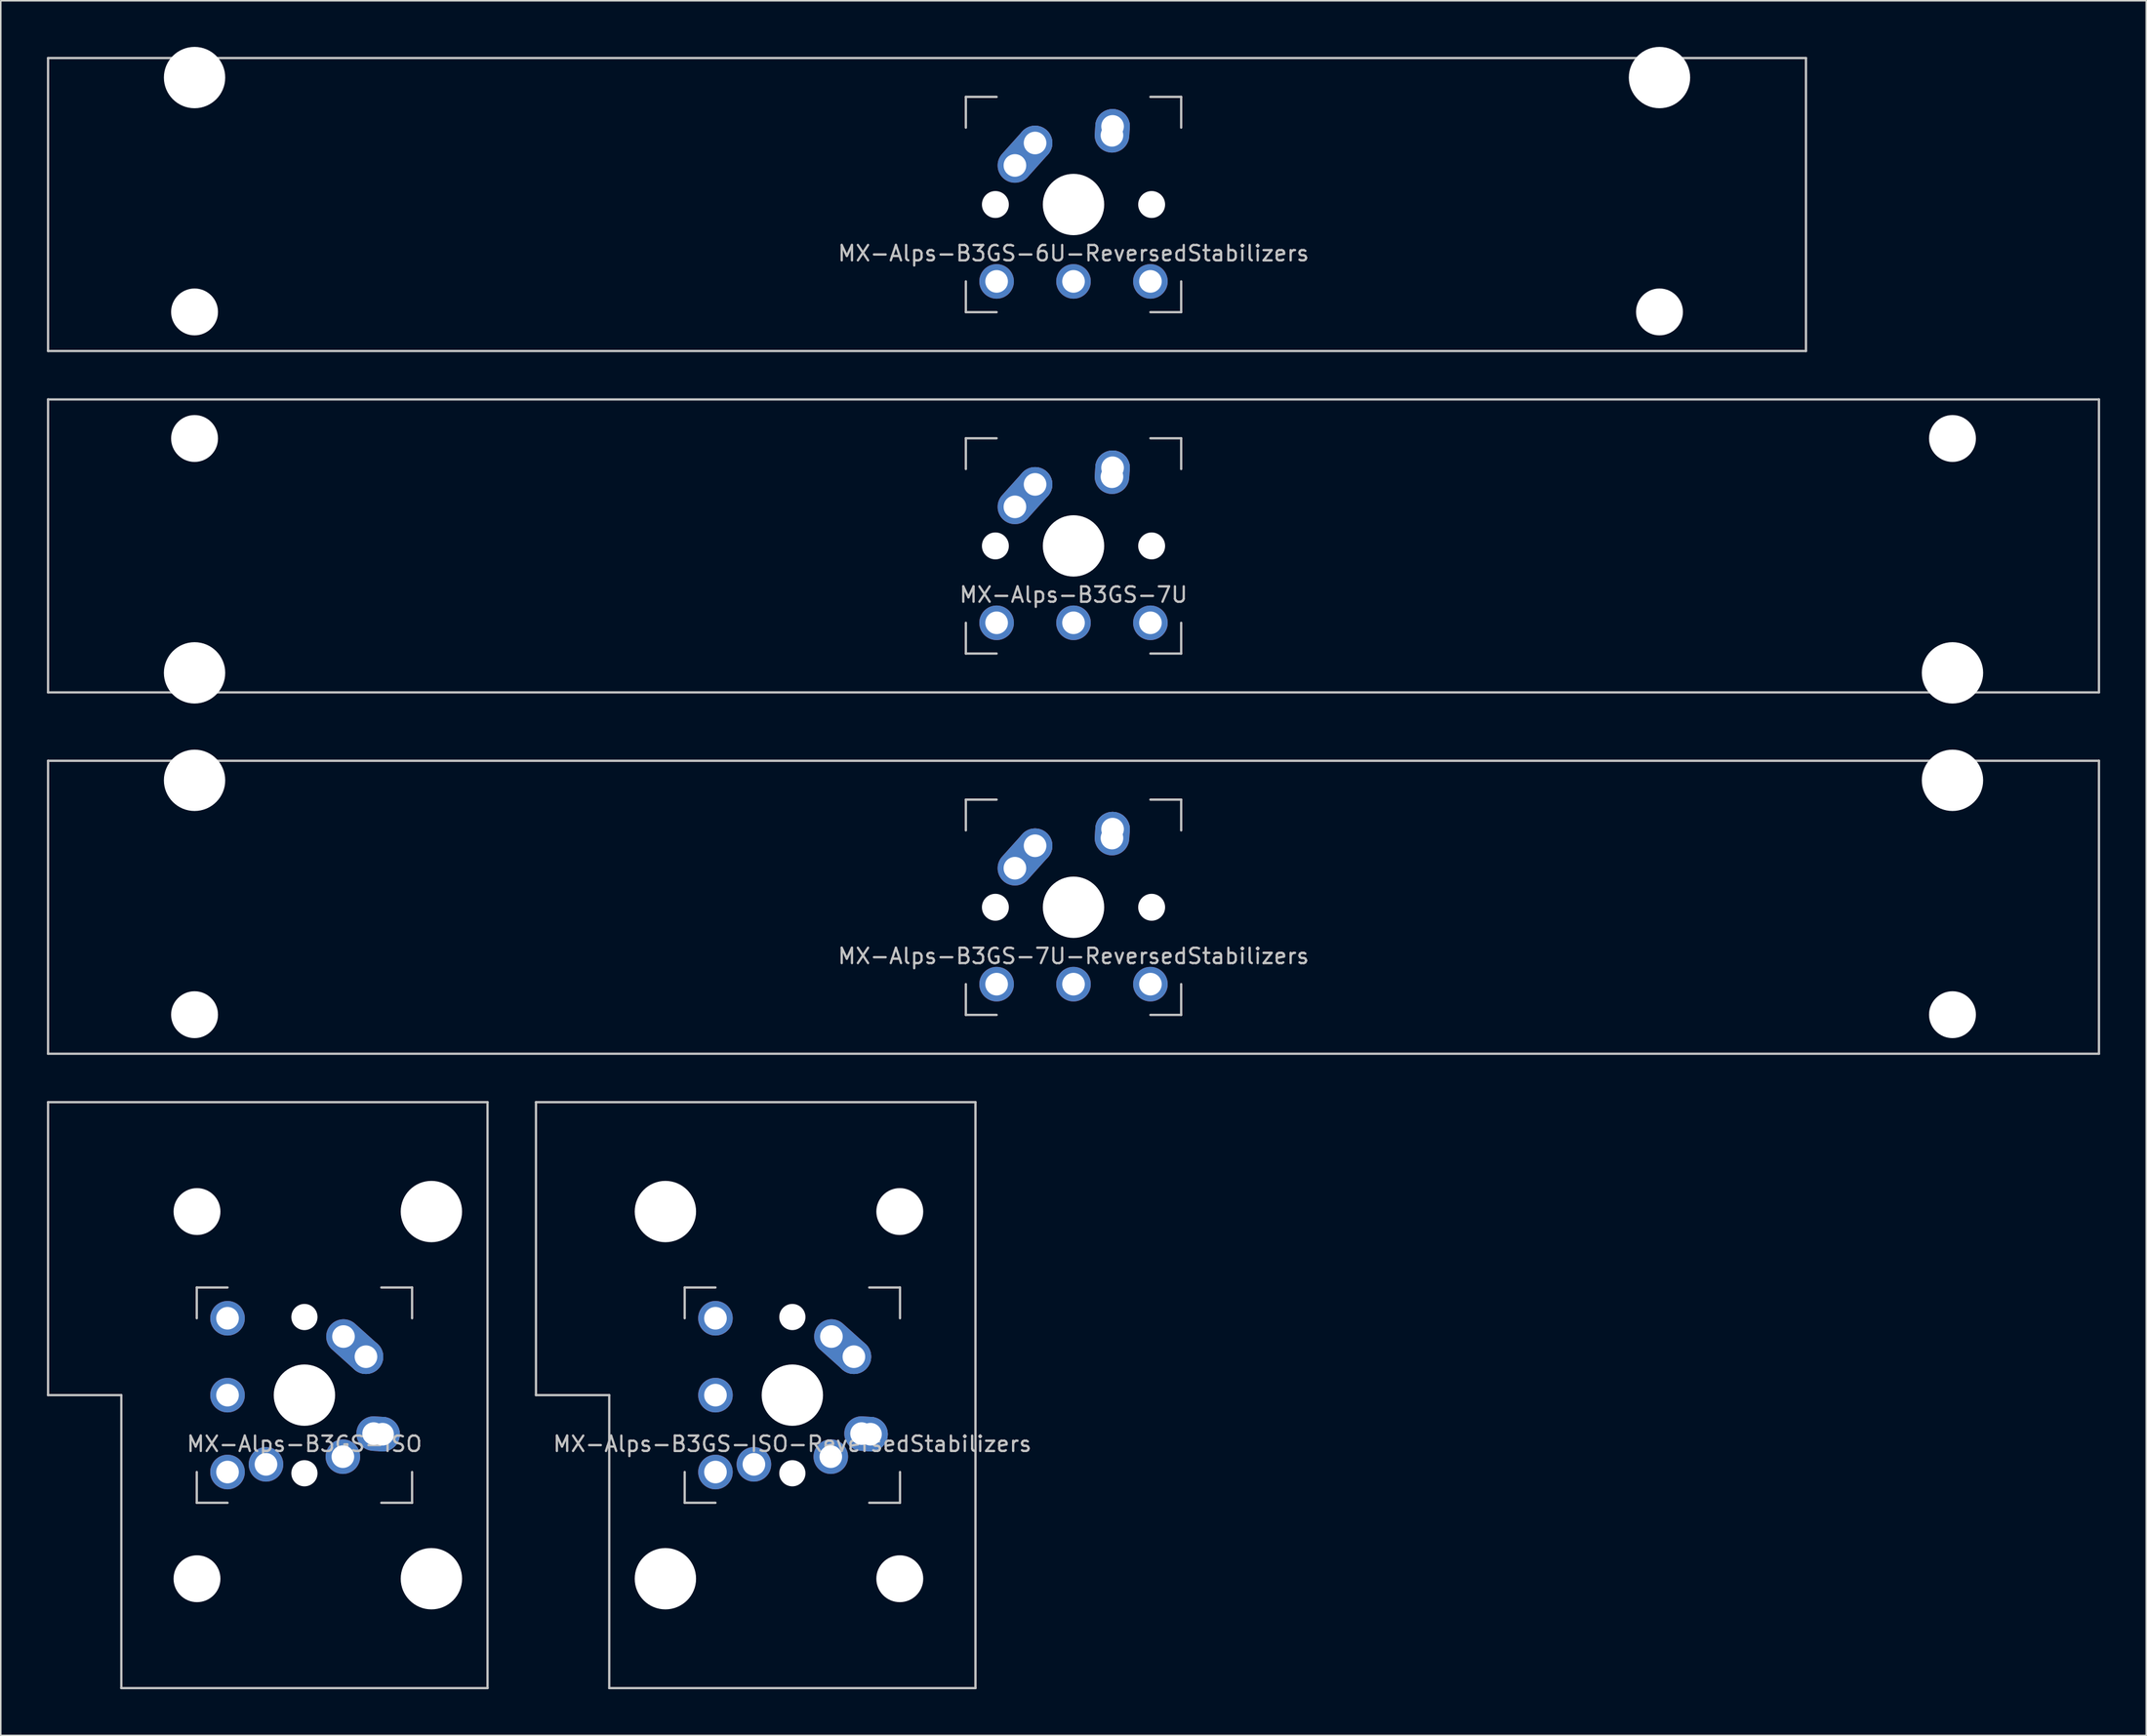
<source format=kicad_pcb>
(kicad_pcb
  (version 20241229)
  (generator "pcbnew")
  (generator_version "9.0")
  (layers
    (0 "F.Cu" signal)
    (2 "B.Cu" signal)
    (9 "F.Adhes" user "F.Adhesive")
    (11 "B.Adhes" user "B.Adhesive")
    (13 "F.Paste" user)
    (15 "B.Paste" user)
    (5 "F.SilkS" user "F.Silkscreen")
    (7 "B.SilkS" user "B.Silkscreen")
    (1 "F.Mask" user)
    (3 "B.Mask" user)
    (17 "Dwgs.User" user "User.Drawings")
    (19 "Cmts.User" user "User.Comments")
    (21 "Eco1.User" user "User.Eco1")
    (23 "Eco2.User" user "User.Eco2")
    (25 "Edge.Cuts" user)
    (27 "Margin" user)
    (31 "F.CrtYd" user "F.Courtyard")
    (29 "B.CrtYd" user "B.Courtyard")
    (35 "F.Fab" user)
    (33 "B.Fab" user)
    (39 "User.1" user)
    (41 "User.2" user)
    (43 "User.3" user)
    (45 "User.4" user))
  (footprint "MX-Alps-B3GS-7U-ReversedStabilizers"
    (layer "F.Cu")
    (at 66.75 55.947)
    (property "Reference" "MX-Alps-B3GS-7U-ReversedStabilizers" (at 0 3.175 0) (layer "Dwgs.User") (effects (font (size 1 1) (thickness 0.15))))
    (attr through_hole)
    (fp_line (start -66.675 -9.525) (end 66.675 -9.525) (stroke (width 0.15) (type solid)) (layer "Dwgs.User"))
    (fp_line (start -66.675 9.525) (end -66.675 -9.525) (stroke (width 0.15) (type solid)) (layer "Dwgs.User"))
    (fp_line (start -66.675 9.525) (end 66.675 9.525) (stroke (width 0.15) (type solid)) (layer "Dwgs.User"))
    (fp_line (start -7 -7) (end -7 -5) (stroke (width 0.15) (type solid)) (layer "Dwgs.User"))
    (fp_line (start -7 5) (end -7 7) (stroke (width 0.15) (type solid)) (layer "Dwgs.User"))
    (fp_line (start -7 7) (end -5 7) (stroke (width 0.15) (type solid)) (layer "Dwgs.User"))
    (fp_line (start -5 -7) (end -7 -7) (stroke (width 0.15) (type solid)) (layer "Dwgs.User"))
    (fp_line (start 5 -7) (end 7 -7) (stroke (width 0.15) (type solid)) (layer "Dwgs.User"))
    (fp_line (start 5 7) (end 7 7) (stroke (width 0.15) (type solid)) (layer "Dwgs.User"))
    (fp_line (start 7 -7) (end 7 -5) (stroke (width 0.15) (type solid)) (layer "Dwgs.User"))
    (fp_line (start 7 7) (end 7 5) (stroke (width 0.15) (type solid)) (layer "Dwgs.User"))
    (fp_line (start 66.675 -9.525) (end 66.675 9.525) (stroke (width 0.15) (type solid)) (layer "Dwgs.User"))
    (pad "" np_thru_hole circle (at -57.15 -8.255) (size 3.988 3.988) (drill 3.988) (layers "*.Cu" "*.Mask"))
    (pad "" np_thru_hole circle (at -57.15 6.985) (size 3.048 3.048) (drill 3.048) (layers "*.Cu" "*.Mask"))
    (pad "" np_thru_hole circle (at -5.08 0 48.1) (size 1.75 1.75) (drill 1.75) (layers "*.Cu" "*.Mask"))
    (pad "" np_thru_hole circle (at 0 0) (size 3.988 3.988) (drill 3.988) (layers "*.Cu" "*.Mask"))
    (pad "" np_thru_hole circle (at 5.08 0 48.1) (size 1.75 1.75) (drill 1.75) (layers "*.Cu" "*.Mask"))
    (pad "" np_thru_hole circle (at 57.15 -8.255) (size 3.988 3.988) (drill 3.988) (layers "*.Cu" "*.Mask"))
    (pad "" np_thru_hole circle (at 57.15 6.985) (size 3.048 3.048) (drill 3.048) (layers "*.Cu" "*.Mask"))
    (pad "1" thru_hole circle (at -5 5) (size 2.25 2.25) (drill 1.47) (layers "*.Cu" "B.Mask"))
    (pad "1" thru_hole oval (at -3.81 -2.54 48.1) (size 4.212 2.25) (drill 1.47 (offset 0.981 0)) (layers "*.Cu" "B.Mask"))
    (pad "1" thru_hole circle (at -2.5 -4) (size 2.25 2.25) (drill 1.47) (layers "*.Cu" "B.Mask"))
    (pad "1" thru_hole circle (at 5 5 180) (size 2.25 2.25) (drill 1.47) (layers "*.Cu" "B.Mask"))
    (pad "2" thru_hole circle (at 0 5 180) (size 2.25 2.25) (drill 1.47) (layers "*.Cu" "B.Mask"))
    (pad "2" thru_hole oval (at 2.5 -4.5 86.055) (size 2.831 2.25) (drill 1.47 (offset 0.291 0)) (layers "*.Cu" "B.Mask"))
    (pad "2" thru_hole circle (at 2.54 -5.08) (size 2.25 2.25) (drill 1.47) (layers "*.Cu" "B.Mask")))
  (footprint "MX-Alps-B3GS-ISO-ReversedStabilizers"
    (layer "F.Cu")
    (at 48.469 87.672)
    (property "Reference" "MX-Alps-B3GS-ISO-ReversedStabilizers" (at 0 3.175 0) (layer "Dwgs.User") (effects (font (size 1 1) (thickness 0.15))))
    (attr through_hole)
    (fp_line (start -16.669 -19.05) (end -16.669 0) (stroke (width 0.15) (type solid)) (layer "Dwgs.User"))
    (fp_line (start -16.669 -19.05) (end 11.906 -19.05) (stroke (width 0.15) (type solid)) (layer "Dwgs.User"))
    (fp_line (start -11.906 0) (end -16.669 0) (stroke (width 0.15) (type solid)) (layer "Dwgs.User"))
    (fp_line (start -11.906 19.05) (end -11.906 0) (stroke (width 0.15) (type solid)) (layer "Dwgs.User"))
    (fp_line (start -11.906 19.05) (end 11.906 19.05) (stroke (width 0.15) (type solid)) (layer "Dwgs.User"))
    (fp_line (start -7 -7) (end -7 -5) (stroke (width 0.15) (type solid)) (layer "Dwgs.User"))
    (fp_line (start -7 5) (end -7 7) (stroke (width 0.15) (type solid)) (layer "Dwgs.User"))
    (fp_line (start -7 7) (end -5 7) (stroke (width 0.15) (type solid)) (layer "Dwgs.User"))
    (fp_line (start -5 -7) (end -7 -7) (stroke (width 0.15) (type solid)) (layer "Dwgs.User"))
    (fp_line (start 5 -7) (end 7 -7) (stroke (width 0.15) (type solid)) (layer "Dwgs.User"))
    (fp_line (start 5 7) (end 7 7) (stroke (width 0.15) (type solid)) (layer "Dwgs.User"))
    (fp_line (start 7 -7) (end 7 -5) (stroke (width 0.15) (type solid)) (layer "Dwgs.User"))
    (fp_line (start 7 7) (end 7 5) (stroke (width 0.15) (type solid)) (layer "Dwgs.User"))
    (fp_line (start 11.906 -19.05) (end 11.906 19.05) (stroke (width 0.15) (type solid)) (layer "Dwgs.User"))
    (pad "" np_thru_hole circle (at -8.255 -11.938) (size 3.988 3.988) (drill 3.988) (layers "*.Cu" "*.Mask"))
    (pad "" np_thru_hole circle (at -8.255 11.938) (size 3.988 3.988) (drill 3.988) (layers "*.Cu" "*.Mask"))
    (pad "" np_thru_hole circle (at 0 -5.08 48.1) (size 1.702 1.702) (drill 1.702) (layers "*.Cu" "*.Mask"))
    (pad "" np_thru_hole circle (at 0 0) (size 3.988 3.988) (drill 3.988) (layers "*.Cu" "*.Mask"))
    (pad "" np_thru_hole circle (at 0 5.08 48.1) (size 1.702 1.702) (drill 1.702) (layers "*.Cu" "*.Mask"))
    (pad "" np_thru_hole circle (at 6.985 -11.938) (size 3.048 3.048) (drill 3.048) (layers "*.Cu" "*.Mask"))
    (pad "" np_thru_hole circle (at 6.985 11.938) (size 3.048 3.048) (drill 3.048) (layers "*.Cu" "*.Mask"))
    (pad "1" thru_hole circle (at -5 -5 270) (size 2.25 2.25) (drill 1.47) (layers "*.Cu" "B.Mask"))
    (pad "1" thru_hole circle (at -5 5 90) (size 2.25 2.25) (drill 1.47) (layers "*.Cu" "B.Mask"))
    (pad "1" thru_hole circle (at 2.5 4) (size 2.25 2.25) (drill 1.47) (layers "*.Cu" "B.Mask"))
    (pad "1" thru_hole oval (at 4.5 2.5 356.055) (size 2.831 2.25) (drill 1.47 (offset 0.291 0)) (layers "*.Cu" "B.Mask"))
    (pad "1" thru_hole circle (at 5.08 2.54) (size 2.25 2.25) (drill 1.47) (layers "*.Cu" "B.Mask"))
    (pad "2" thru_hole circle (at -5 0 90) (size 2.25 2.25) (drill 1.47) (layers "*.Cu" "B.Mask"))
    (pad "2" thru_hole circle (at -2.5 4.5) (size 2.25 2.25) (drill 1.47) (layers "*.Cu" "B.Mask"))
    (pad "2" thru_hole oval (at 2.54 -3.81 318.1) (size 4.212 2.25) (drill 1.47 (offset 0.981 0)) (layers "*.Cu" "B.Mask"))
    (pad "2" thru_hole circle (at 4 -2.5) (size 2.25 2.25) (drill 1.47) (layers "*.Cu" "B.Mask")))
  (footprint "MX-Alps-B3GS-7U"
    (layer "F.Cu")
    (at 66.75 32.449)
    (property "Reference" "MX-Alps-B3GS-7U" (at 0 3.175 0) (layer "Dwgs.User") (effects (font (size 1 1) (thickness 0.15))))
    (attr through_hole)
    (fp_line (start -66.675 -9.525) (end 66.675 -9.525) (stroke (width 0.15) (type solid)) (layer "Dwgs.User"))
    (fp_line (start -66.675 9.525) (end -66.675 -9.525) (stroke (width 0.15) (type solid)) (layer "Dwgs.User"))
    (fp_line (start -66.675 9.525) (end 66.675 9.525) (stroke (width 0.15) (type solid)) (layer "Dwgs.User"))
    (fp_line (start -7 -7) (end -7 -5) (stroke (width 0.15) (type solid)) (layer "Dwgs.User"))
    (fp_line (start -7 5) (end -7 7) (stroke (width 0.15) (type solid)) (layer "Dwgs.User"))
    (fp_line (start -7 7) (end -5 7) (stroke (width 0.15) (type solid)) (layer "Dwgs.User"))
    (fp_line (start -5 -7) (end -7 -7) (stroke (width 0.15) (type solid)) (layer "Dwgs.User"))
    (fp_line (start 5 -7) (end 7 -7) (stroke (width 0.15) (type solid)) (layer "Dwgs.User"))
    (fp_line (start 5 7) (end 7 7) (stroke (width 0.15) (type solid)) (layer "Dwgs.User"))
    (fp_line (start 7 -7) (end 7 -5) (stroke (width 0.15) (type solid)) (layer "Dwgs.User"))
    (fp_line (start 7 7) (end 7 5) (stroke (width 0.15) (type solid)) (layer "Dwgs.User"))
    (fp_line (start 66.675 -9.525) (end 66.675 9.525) (stroke (width 0.15) (type solid)) (layer "Dwgs.User"))
    (pad "" np_thru_hole circle (at -57.15 -6.985) (size 3.048 3.048) (drill 3.048) (layers "*.Cu" "*.Mask"))
    (pad "" np_thru_hole circle (at -57.15 8.255) (size 3.988 3.988) (drill 3.988) (layers "*.Cu" "*.Mask"))
    (pad "" np_thru_hole circle (at -5.08 0 48.1) (size 1.75 1.75) (drill 1.75) (layers "*.Cu" "*.Mask"))
    (pad "" np_thru_hole circle (at 0 0) (size 3.988 3.988) (drill 3.988) (layers "*.Cu" "*.Mask"))
    (pad "" np_thru_hole circle (at 5.08 0 48.1) (size 1.75 1.75) (drill 1.75) (layers "*.Cu" "*.Mask"))
    (pad "" np_thru_hole circle (at 57.15 -6.985) (size 3.048 3.048) (drill 3.048) (layers "*.Cu" "*.Mask"))
    (pad "" np_thru_hole circle (at 57.15 8.255) (size 3.988 3.988) (drill 3.988) (layers "*.Cu" "*.Mask"))
    (pad "1" thru_hole circle (at -5 5) (size 2.25 2.25) (drill 1.47) (layers "*.Cu" "B.Mask"))
    (pad "1" thru_hole oval (at -3.81 -2.54 48.1) (size 4.212 2.25) (drill 1.47 (offset 0.981 0)) (layers "*.Cu" "B.Mask"))
    (pad "1" thru_hole circle (at -2.5 -4) (size 2.25 2.25) (drill 1.47) (layers "*.Cu" "B.Mask"))
    (pad "1" thru_hole circle (at 5 5 180) (size 2.25 2.25) (drill 1.47) (layers "*.Cu" "B.Mask"))
    (pad "2" thru_hole circle (at 0 5 180) (size 2.25 2.25) (drill 1.47) (layers "*.Cu" "B.Mask"))
    (pad "2" thru_hole oval (at 2.5 -4.5 86.055) (size 2.831 2.25) (drill 1.47 (offset 0.291 0)) (layers "*.Cu" "B.Mask"))
    (pad "2" thru_hole circle (at 2.54 -5.08) (size 2.25 2.25) (drill 1.47) (layers "*.Cu" "B.Mask")))
  (footprint "MX-Alps-B3GS-6U-ReversedStabilizers"
    (layer "F.Cu")
    (at 57.225 10.249)
    (property "Reference" "MX-Alps-B3GS-6U-ReversedStabilizers" (at 9.525 3.175 0) (layer "Dwgs.User") (effects (font (size 1 1) (thickness 0.15))))
    (attr through_hole)
    (fp_line (start -57.15 -9.525) (end 57.15 -9.525) (stroke (width 0.15) (type solid)) (layer "Dwgs.User"))
    (fp_line (start -57.15 9.525) (end -57.15 -9.525) (stroke (width 0.15) (type solid)) (layer "Dwgs.User"))
    (fp_line (start -57.15 9.525) (end 57.15 9.525) (stroke (width 0.15) (type solid)) (layer "Dwgs.User"))
    (fp_line (start 2.525 -7) (end 2.525 -5) (stroke (width 0.15) (type solid)) (layer "Dwgs.User"))
    (fp_line (start 2.525 5) (end 2.525 7) (stroke (width 0.15) (type solid)) (layer "Dwgs.User"))
    (fp_line (start 2.525 7) (end 4.525 7) (stroke (width 0.15) (type solid)) (layer "Dwgs.User"))
    (fp_line (start 4.525 -7) (end 2.525 -7) (stroke (width 0.15) (type solid)) (layer "Dwgs.User"))
    (fp_line (start 14.525 -7) (end 16.525 -7) (stroke (width 0.15) (type solid)) (layer "Dwgs.User"))
    (fp_line (start 14.525 7) (end 16.525 7) (stroke (width 0.15) (type solid)) (layer "Dwgs.User"))
    (fp_line (start 16.525 -7) (end 16.525 -5) (stroke (width 0.15) (type solid)) (layer "Dwgs.User"))
    (fp_line (start 16.525 7) (end 16.525 5) (stroke (width 0.15) (type solid)) (layer "Dwgs.User"))
    (fp_line (start 57.15 -9.525) (end 57.15 9.525) (stroke (width 0.15) (type solid)) (layer "Dwgs.User"))
    (pad "" np_thru_hole circle (at -47.625 -8.255) (size 3.988 3.988) (drill 3.988) (layers "*.Cu" "*.Mask"))
    (pad "" np_thru_hole circle (at -47.625 6.985) (size 3.048 3.048) (drill 3.048) (layers "*.Cu" "*.Mask"))
    (pad "" np_thru_hole circle (at 4.445 0 48.1) (size 1.75 1.75) (drill 1.75) (layers "*.Cu" "*.Mask"))
    (pad "" np_thru_hole circle (at 9.525 0) (size 3.988 3.988) (drill 3.988) (layers "*.Cu" "*.Mask"))
    (pad "" np_thru_hole circle (at 14.605 0 48.1) (size 1.75 1.75) (drill 1.75) (layers "*.Cu" "*.Mask"))
    (pad "" np_thru_hole circle (at 47.625 -8.255) (size 3.988 3.988) (drill 3.988) (layers "*.Cu" "*.Mask"))
    (pad "" np_thru_hole circle (at 47.625 6.985) (size 3.048 3.048) (drill 3.048) (layers "*.Cu" "*.Mask"))
    (pad "1" thru_hole circle (at 4.525 5) (size 2.25 2.25) (drill 1.47) (layers "*.Cu" "B.Mask"))
    (pad "1" thru_hole oval (at 5.715 -2.54 48.1) (size 4.212 2.25) (drill 1.47 (offset 0.981 0)) (layers "*.Cu" "B.Mask"))
    (pad "1" thru_hole circle (at 7.025 -4) (size 2.25 2.25) (drill 1.47) (layers "*.Cu" "B.Mask"))
    (pad "1" thru_hole circle (at 14.525 5 180) (size 2.25 2.25) (drill 1.47) (layers "*.Cu" "B.Mask"))
    (pad "2" thru_hole circle (at 9.525 5 180) (size 2.25 2.25) (drill 1.47) (layers "*.Cu" "B.Mask"))
    (pad "2" thru_hole oval (at 12.025 -4.5 86.055) (size 2.831 2.25) (drill 1.47 (offset 0.291 0)) (layers "*.Cu" "B.Mask"))
    (pad "2" thru_hole circle (at 12.065 -5.08) (size 2.25 2.25) (drill 1.47) (layers "*.Cu" "B.Mask")))
  (footprint "MX-Alps-B3GS-ISO"
    (layer "F.Cu")
    (at 16.744 87.672)
    (property "Reference" "MX-Alps-B3GS-ISO" (at 0 3.175 0) (layer "Dwgs.User") (effects (font (size 1 1) (thickness 0.15))))
    (attr through_hole)
    (fp_line (start -16.669 -19.05) (end -16.669 0) (stroke (width 0.15) (type solid)) (layer "Dwgs.User"))
    (fp_line (start -16.669 -19.05) (end 11.906 -19.05) (stroke (width 0.15) (type solid)) (layer "Dwgs.User"))
    (fp_line (start -11.906 0) (end -16.669 0) (stroke (width 0.15) (type solid)) (layer "Dwgs.User"))
    (fp_line (start -11.906 19.05) (end -11.906 0) (stroke (width 0.15) (type solid)) (layer "Dwgs.User"))
    (fp_line (start -11.906 19.05) (end 11.906 19.05) (stroke (width 0.15) (type solid)) (layer "Dwgs.User"))
    (fp_line (start -7 -7) (end -7 -5) (stroke (width 0.15) (type solid)) (layer "Dwgs.User"))
    (fp_line (start -7 5) (end -7 7) (stroke (width 0.15) (type solid)) (layer "Dwgs.User"))
    (fp_line (start -7 7) (end -5 7) (stroke (width 0.15) (type solid)) (layer "Dwgs.User"))
    (fp_line (start -5 -7) (end -7 -7) (stroke (width 0.15) (type solid)) (layer "Dwgs.User"))
    (fp_line (start 5 -7) (end 7 -7) (stroke (width 0.15) (type solid)) (layer "Dwgs.User"))
    (fp_line (start 5 7) (end 7 7) (stroke (width 0.15) (type solid)) (layer "Dwgs.User"))
    (fp_line (start 7 -7) (end 7 -5) (stroke (width 0.15) (type solid)) (layer "Dwgs.User"))
    (fp_line (start 7 7) (end 7 5) (stroke (width 0.15) (type solid)) (layer "Dwgs.User"))
    (fp_line (start 11.906 -19.05) (end 11.906 19.05) (stroke (width 0.15) (type solid)) (layer "Dwgs.User"))
    (pad "" np_thru_hole circle (at -6.985 -11.938) (size 3.048 3.048) (drill 3.048) (layers "*.Cu" "*.Mask"))
    (pad "" np_thru_hole circle (at -6.985 11.938) (size 3.048 3.048) (drill 3.048) (layers "*.Cu" "*.Mask"))
    (pad "" np_thru_hole circle (at 0 -5.08 48.1) (size 1.702 1.702) (drill 1.702) (layers "*.Cu" "*.Mask"))
    (pad "" np_thru_hole circle (at 0 0) (size 3.988 3.988) (drill 3.988) (layers "*.Cu" "*.Mask"))
    (pad "" np_thru_hole circle (at 0 5.08 48.1) (size 1.702 1.702) (drill 1.702) (layers "*.Cu" "*.Mask"))
    (pad "" np_thru_hole circle (at 8.255 -11.938) (size 3.988 3.988) (drill 3.988) (layers "*.Cu" "*.Mask"))
    (pad "" np_thru_hole circle (at 8.255 11.938) (size 3.988 3.988) (drill 3.988) (layers "*.Cu" "*.Mask"))
    (pad "1" thru_hole circle (at -5 -5 270) (size 2.25 2.25) (drill 1.47) (layers "*.Cu" "B.Mask"))
    (pad "1" thru_hole circle (at -5 5 90) (size 2.25 2.25) (drill 1.47) (layers "*.Cu" "B.Mask"))
    (pad "1" thru_hole circle (at 2.5 4) (size 2.25 2.25) (drill 1.47) (layers "*.Cu" "B.Mask"))
    (pad "1" thru_hole oval (at 4.5 2.5 356.055) (size 2.831 2.25) (drill 1.47 (offset 0.291 0)) (layers "*.Cu" "B.Mask"))
    (pad "1" thru_hole circle (at 5.08 2.54) (size 2.25 2.25) (drill 1.47) (layers "*.Cu" "B.Mask"))
    (pad "2" thru_hole circle (at -5 0 90) (size 2.25 2.25) (drill 1.47) (layers "*.Cu" "B.Mask"))
    (pad "2" thru_hole circle (at -2.5 4.5) (size 2.25 2.25) (drill 1.47) (layers "*.Cu" "B.Mask"))
    (pad "2" thru_hole oval (at 2.54 -3.81 318.1) (size 4.212 2.25) (drill 1.47 (offset 0.981 0)) (layers "*.Cu" "B.Mask"))
    (pad "2" thru_hole circle (at 4 -2.5) (size 2.25 2.25) (drill 1.47) (layers "*.Cu" "B.Mask")))
  (gr_rect
    (start -3 -3)
    (end 136.5 109.797)
    (stroke (width 0.1) (type default))
    (fill no)
    (layer "Edge.Cuts")))
</source>
